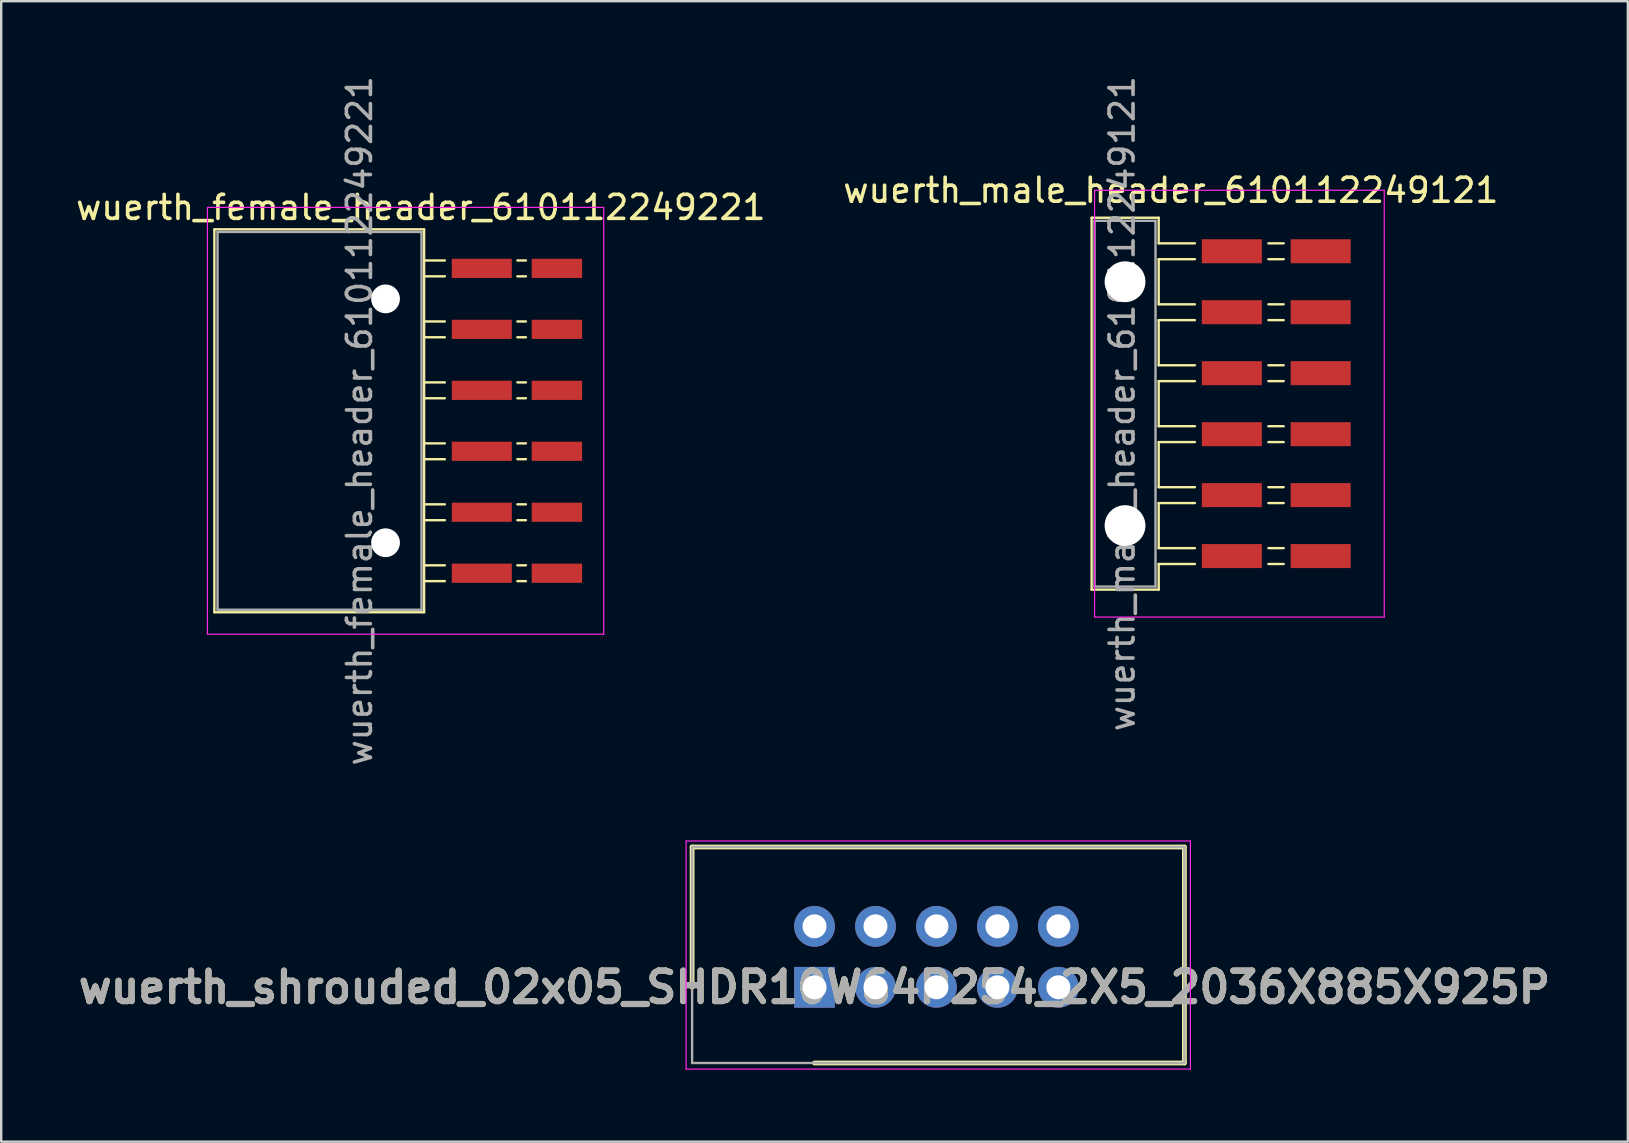
<source format=kicad_pcb>
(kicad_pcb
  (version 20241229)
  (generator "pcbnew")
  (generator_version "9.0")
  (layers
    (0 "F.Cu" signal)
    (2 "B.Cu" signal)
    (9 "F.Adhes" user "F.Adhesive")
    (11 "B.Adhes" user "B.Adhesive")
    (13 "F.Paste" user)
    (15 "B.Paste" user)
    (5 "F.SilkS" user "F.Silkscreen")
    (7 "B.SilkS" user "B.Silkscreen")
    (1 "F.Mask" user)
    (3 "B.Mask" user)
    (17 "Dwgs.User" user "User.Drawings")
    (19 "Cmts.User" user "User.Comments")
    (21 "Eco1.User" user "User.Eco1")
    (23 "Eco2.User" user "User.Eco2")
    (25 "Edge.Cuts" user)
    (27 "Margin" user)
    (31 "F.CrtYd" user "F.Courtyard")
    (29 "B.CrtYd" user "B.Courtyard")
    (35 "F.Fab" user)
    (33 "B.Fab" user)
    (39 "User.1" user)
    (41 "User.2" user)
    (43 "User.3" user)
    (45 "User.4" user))
  (footprint "wuerth_shrouded_02x05_SHDR10W64P254_2X5_2036X885X925P"
    (layer "F.Cu")
    (at 30.885 38.084)
    (property "Reference" "wuerth_shrouded_02x05_SHDR10W64P254_2X5_2036X885X925P" (at 0 0 0) (layer "F.SilkS") (effects (font (size 1.27 1.27) (thickness 0.254))))
    (attr through_hole)
    (fp_line (start -5.1 -5.845) (end -5.1 0) (stroke (width 0.2) (type solid)) (layer "F.SilkS"))
    (fp_line (start 0 3.155) (end 15.41 3.155) (stroke (width 0.2) (type solid)) (layer "F.SilkS"))
    (fp_line (start 15.41 -5.845) (end -5.1 -5.845) (stroke (width 0.2) (type solid)) (layer "F.SilkS"))
    (fp_line (start 15.41 3.155) (end 15.41 -5.845) (stroke (width 0.2) (type solid)) (layer "F.SilkS"))
    (fp_line (start -5.35 -6.095) (end 15.66 -6.095) (stroke (width 0.05) (type solid)) (layer "F.CrtYd"))
    (fp_line (start -5.35 3.405) (end -5.35 -6.095) (stroke (width 0.05) (type solid)) (layer "F.CrtYd"))
    (fp_line (start 15.66 -6.095) (end 15.66 3.405) (stroke (width 0.05) (type solid)) (layer "F.CrtYd"))
    (fp_line (start 15.66 3.405) (end -5.35 3.405) (stroke (width 0.05) (type solid)) (layer "F.CrtYd"))
    (fp_line (start -5.1 -5.845) (end 15.41 -5.845) (stroke (width 0.1) (type solid)) (layer "F.Fab"))
    (fp_line (start -5.1 3.155) (end -5.1 -5.845) (stroke (width 0.1) (type solid)) (layer "F.Fab"))
    (fp_line (start 15.41 -5.845) (end 15.41 3.155) (stroke (width 0.1) (type solid)) (layer "F.Fab"))
    (fp_line (start 15.41 3.155) (end -5.1 3.155) (stroke (width 0.1) (type solid)) (layer "F.Fab"))
    (fp_text user "${REFERENCE}" (at 0 0 0) (layer "F.Fab") (effects (font (size 1.27 1.27) (thickness 0.254))))
    (pad "1" thru_hole rect (at 0 0) (size 1.7 1.7) (drill 1) (layers "*.Cu" "*.Mask"))
    (pad "2" thru_hole circle (at 0 -2.54) (size 1.7 1.7) (drill 1) (layers "*.Cu" "*.Mask"))
    (pad "3" thru_hole circle (at 2.54 0) (size 1.7 1.7) (drill 1) (layers "*.Cu" "*.Mask"))
    (pad "4" thru_hole circle (at 2.54 -2.54) (size 1.7 1.7) (drill 1) (layers "*.Cu" "*.Mask"))
    (pad "5" thru_hole circle (at 5.08 0) (size 1.7 1.7) (drill 1) (layers "*.Cu" "*.Mask"))
    (pad "6" thru_hole circle (at 5.08 -2.54) (size 1.7 1.7) (drill 1) (layers "*.Cu" "*.Mask"))
    (pad "7" thru_hole circle (at 7.62 0) (size 1.7 1.7) (drill 1) (layers "*.Cu" "*.Mask"))
    (pad "8" thru_hole circle (at 7.62 -2.54) (size 1.7 1.7) (drill 1) (layers "*.Cu" "*.Mask"))
    (pad "9" thru_hole circle (at 10.16 0) (size 1.7 1.7) (drill 1) (layers "*.Cu" "*.Mask"))
    (pad "10" thru_hole circle (at 10.16 -2.54) (size 1.7 1.7) (drill 1) (layers "*.Cu" "*.Mask")))
  (footprint "wuerth_female_header_610112249221"
    (layer "F.Cu")
    (at 14.482 14.482)
    (property "Reference" "wuerth_female_header_610112249221" (at 0 -8.89 0) (layer "F.SilkS") (effects (font (size 1 1) (thickness 0.15))))
    (attr smd)
    (fp_line (start -8.6 -7.976) (end -8.6 7.976) (stroke (width 0.1) (type default)) (layer "F.SilkS"))
    (fp_line (start -8.6 7.976) (end 0.137 7.976) (stroke (width 0.1) (type default)) (layer "F.SilkS"))
    (fp_line (start 0.137 -7.976) (end -8.6 -7.976) (stroke (width 0.1) (type default)) (layer "F.SilkS"))
    (fp_line (start 0.137 -6.68) (end 1.001 -6.68) (stroke (width 0.1) (type default)) (layer "F.SilkS"))
    (fp_line (start 0.137 -6.02) (end 1.001 -6.02) (stroke (width 0.1) (type default)) (layer "F.SilkS"))
    (fp_line (start 0.137 -4.14) (end 1.001 -4.14) (stroke (width 0.1) (type default)) (layer "F.SilkS"))
    (fp_line (start 0.137 -3.48) (end 1.001 -3.48) (stroke (width 0.1) (type default)) (layer "F.SilkS"))
    (fp_line (start 0.137 -1.6) (end 1.001 -1.6) (stroke (width 0.1) (type default)) (layer "F.SilkS"))
    (fp_line (start 0.137 -0.94) (end 1.001 -0.94) (stroke (width 0.1) (type default)) (layer "F.SilkS"))
    (fp_line (start 0.137 0.94) (end 1.001 0.94) (stroke (width 0.1) (type default)) (layer "F.SilkS"))
    (fp_line (start 0.137 1.6) (end 1.001 1.6) (stroke (width 0.1) (type default)) (layer "F.SilkS"))
    (fp_line (start 0.137 3.48) (end 1.001 3.48) (stroke (width 0.1) (type default)) (layer "F.SilkS"))
    (fp_line (start 0.137 4.14) (end 1.001 4.14) (stroke (width 0.1) (type default)) (layer "F.SilkS"))
    (fp_line (start 0.137 6.02) (end 1.001 6.02) (stroke (width 0.1) (type default)) (layer "F.SilkS"))
    (fp_line (start 0.137 6.68) (end 1.001 6.68) (stroke (width 0.1) (type default)) (layer "F.SilkS"))
    (fp_line (start 0.137 7.976) (end 0.137 -7.976) (stroke (width 0.1) (type default)) (layer "F.SilkS"))
    (fp_line (start 4.024 -6.68) (end 4.379 -6.68) (stroke (width 0.1) (type default)) (layer "F.SilkS"))
    (fp_line (start 4.024 -6.02) (end 4.379 -6.02) (stroke (width 0.1) (type default)) (layer "F.SilkS"))
    (fp_line (start 4.024 -4.14) (end 4.379 -4.14) (stroke (width 0.1) (type default)) (layer "F.SilkS"))
    (fp_line (start 4.024 -3.48) (end 4.379 -3.48) (stroke (width 0.1) (type default)) (layer "F.SilkS"))
    (fp_line (start 4.024 -1.6) (end 4.379 -1.6) (stroke (width 0.1) (type default)) (layer "F.SilkS"))
    (fp_line (start 4.024 -0.94) (end 4.379 -0.94) (stroke (width 0.1) (type default)) (layer "F.SilkS"))
    (fp_line (start 4.024 0.94) (end 4.379 0.94) (stroke (width 0.1) (type default)) (layer "F.SilkS"))
    (fp_line (start 4.024 1.6) (end 4.379 1.6) (stroke (width 0.1) (type default)) (layer "F.SilkS"))
    (fp_line (start 4.024 3.48) (end 4.379 3.48) (stroke (width 0.1) (type default)) (layer "F.SilkS"))
    (fp_line (start 4.024 4.14) (end 4.379 4.14) (stroke (width 0.1) (type default)) (layer "F.SilkS"))
    (fp_line (start 4.024 6.02) (end 4.379 6.02) (stroke (width 0.1) (type default)) (layer "F.SilkS"))
    (fp_line (start 4.024 6.68) (end 4.379 6.68) (stroke (width 0.1) (type default)) (layer "F.SilkS"))
    (fp_line (start -8.89 -8.89) (end -8.89 8.89) (stroke (width 0.05) (type solid)) (layer "F.CrtYd"))
    (fp_line (start -8.89 8.89) (end 7.62 8.89) (stroke (width 0.05) (type solid)) (layer "F.CrtYd"))
    (fp_line (start 7.62 -8.89) (end -8.89 -8.89) (stroke (width 0.05) (type solid)) (layer "F.CrtYd"))
    (fp_line (start 7.62 8.89) (end 7.62 -8.89) (stroke (width 0.05) (type solid)) (layer "F.CrtYd"))
    (fp_line (start -8.47 -7.87) (end -8.47 7.87) (stroke (width 0.1) (type default)) (layer "F.Fab"))
    (fp_line (start -8.47 -7.87) (end 0.03 -7.87) (stroke (width 0.1) (type default)) (layer "F.Fab"))
    (fp_line (start -8.47 7.87) (end 0.03 7.87) (stroke (width 0.1) (type default)) (layer "F.Fab"))
    (fp_line (start 0.03 -7.87) (end 0.03 7.87) (stroke (width 0.1) (type default)) (layer "F.Fab"))
    (fp_text user "${REFERENCE}" (at -2.555 0 270) (layer "F.Fab") (effects (font (size 1 1) (thickness 0.15))))
    (pad "" np_thru_hole circle (at -1.47 -5.08) (size 1.2 1.2) (drill 1.2) (layers "*.Cu" "*.Mask"))
    (pad "" np_thru_hole circle (at -1.47 5.08) (size 1.2 1.2) (drill 1.2) (layers "*.Cu" "*.Mask"))
    (pad "1" smd rect (at 5.67 -6.35) (size 2.1 0.8) (layers "F.Cu" "F.Mask" "F.Paste"))
    (pad "2" smd rect (at 2.54 -6.35) (size 2.5 0.8) (layers "F.Cu" "F.Mask" "F.Paste"))
    (pad "3" smd rect (at 5.67 -3.81) (size 2.1 0.8) (layers "F.Cu" "F.Mask" "F.Paste"))
    (pad "4" smd rect (at 2.54 -3.81) (size 2.5 0.8) (layers "F.Cu" "F.Mask" "F.Paste"))
    (pad "5" smd rect (at 5.67 -1.27) (size 2.1 0.8) (layers "F.Cu" "F.Mask" "F.Paste"))
    (pad "6" smd rect (at 2.54 -1.27) (size 2.5 0.8) (layers "F.Cu" "F.Mask" "F.Paste"))
    (pad "7" smd rect (at 5.67 1.27) (size 2.1 0.8) (layers "F.Cu" "F.Mask" "F.Paste"))
    (pad "8" smd rect (at 2.54 1.27) (size 2.5 0.8) (layers "F.Cu" "F.Mask" "F.Paste"))
    (pad "9" smd rect (at 5.67 3.81) (size 2.1 0.8) (layers "F.Cu" "F.Mask" "F.Paste"))
    (pad "10" smd rect (at 2.54 3.81) (size 2.5 0.8) (layers "F.Cu" "F.Mask" "F.Paste"))
    (pad "11" smd rect (at 5.67 6.35) (size 2.1 0.8) (layers "F.Cu" "F.Mask" "F.Paste"))
    (pad "12" smd rect (at 2.54 6.35) (size 2.5 0.8) (layers "F.Cu" "F.Mask" "F.Paste")))
  (footprint "wuerth_male_header_610112249121"
    (layer "F.Cu")
    (at 45.732 13.768)
    (property "Reference" "wuerth_male_header_610112249121" (at 0 -8.89 0) (layer "F.SilkS") (effects (font (size 1 1) (thickness 0.15))))
    (attr smd)
    (fp_line (start -3.302 -7.747) (end -3.302 7.747) (stroke (width 0.1) (type default)) (layer "F.SilkS"))
    (fp_line (start -3.302 7.747) (end -0.508 7.747) (stroke (width 0.1) (type default)) (layer "F.SilkS"))
    (fp_line (start -0.508 -7.747) (end -3.302 -7.747) (stroke (width 0.1) (type default)) (layer "F.SilkS"))
    (fp_line (start -0.508 -6.68) (end -0.508 -7.747) (stroke (width 0.1) (type default)) (layer "F.SilkS"))
    (fp_line (start -0.508 -6.68) (end 1.001 -6.68) (stroke (width 0.1) (type default)) (layer "F.SilkS"))
    (fp_line (start -0.508 -6.02) (end 1.001 -6.02) (stroke (width 0.1) (type default)) (layer "F.SilkS"))
    (fp_line (start -0.508 -4.14) (end -0.508 -6.02) (stroke (width 0.1) (type default)) (layer "F.SilkS"))
    (fp_line (start -0.508 -4.14) (end 1.001 -4.14) (stroke (width 0.1) (type default)) (layer "F.SilkS"))
    (fp_line (start -0.508 -3.48) (end 1.001 -3.48) (stroke (width 0.1) (type default)) (layer "F.SilkS"))
    (fp_line (start -0.508 -1.6) (end -0.508 -3.48) (stroke (width 0.1) (type default)) (layer "F.SilkS"))
    (fp_line (start -0.508 -1.6) (end 1.001 -1.6) (stroke (width 0.1) (type default)) (layer "F.SilkS"))
    (fp_line (start -0.508 -0.94) (end 1.001 -0.94) (stroke (width 0.1) (type default)) (layer "F.SilkS"))
    (fp_line (start -0.508 0.94) (end -0.508 -0.94) (stroke (width 0.1) (type default)) (layer "F.SilkS"))
    (fp_line (start -0.508 0.94) (end 1.001 0.94) (stroke (width 0.1) (type default)) (layer "F.SilkS"))
    (fp_line (start -0.508 1.6) (end 1.001 1.6) (stroke (width 0.1) (type default)) (layer "F.SilkS"))
    (fp_line (start -0.508 3.48) (end -0.508 1.6) (stroke (width 0.1) (type default)) (layer "F.SilkS"))
    (fp_line (start -0.508 3.48) (end 1.001 3.48) (stroke (width 0.1) (type default)) (layer "F.SilkS"))
    (fp_line (start -0.508 4.14) (end 1.001 4.14) (stroke (width 0.1) (type default)) (layer "F.SilkS"))
    (fp_line (start -0.508 6.02) (end -0.508 4.14) (stroke (width 0.1) (type default)) (layer "F.SilkS"))
    (fp_line (start -0.508 6.02) (end 1.001 6.02) (stroke (width 0.1) (type default)) (layer "F.SilkS"))
    (fp_line (start -0.508 6.68) (end 1.001 6.68) (stroke (width 0.1) (type default)) (layer "F.SilkS"))
    (fp_line (start -0.508 7.747) (end -0.508 6.68) (stroke (width 0.1) (type default)) (layer "F.SilkS"))
    (fp_line (start 4.064 -6.68) (end 4.699 -6.68) (stroke (width 0.1) (type default)) (layer "F.SilkS"))
    (fp_line (start 4.064 -6.02) (end 4.699 -6.02) (stroke (width 0.1) (type default)) (layer "F.SilkS"))
    (fp_line (start 4.064 -4.14) (end 4.699 -4.14) (stroke (width 0.1) (type default)) (layer "F.SilkS"))
    (fp_line (start 4.064 -3.48) (end 4.699 -3.48) (stroke (width 0.1) (type default)) (layer "F.SilkS"))
    (fp_line (start 4.064 -1.6) (end 4.699 -1.6) (stroke (width 0.1) (type default)) (layer "F.SilkS"))
    (fp_line (start 4.064 -0.94) (end 4.699 -0.94) (stroke (width 0.1) (type default)) (layer "F.SilkS"))
    (fp_line (start 4.064 0.94) (end 4.699 0.94) (stroke (width 0.1) (type default)) (layer "F.SilkS"))
    (fp_line (start 4.064 1.6) (end 4.699 1.6) (stroke (width 0.1) (type default)) (layer "F.SilkS"))
    (fp_line (start 4.064 3.48) (end 4.699 3.48) (stroke (width 0.1) (type default)) (layer "F.SilkS"))
    (fp_line (start 4.064 4.14) (end 4.699 4.14) (stroke (width 0.1) (type default)) (layer "F.SilkS"))
    (fp_line (start 4.064 6.02) (end 4.699 6.02) (stroke (width 0.1) (type default)) (layer "F.SilkS"))
    (fp_line (start 4.064 6.68) (end 4.699 6.68) (stroke (width 0.1) (type default)) (layer "F.SilkS"))
    (fp_line (start -3.18 -8.89) (end -3.18 8.89) (stroke (width 0.05) (type solid)) (layer "F.CrtYd"))
    (fp_line (start -3.18 8.89) (end 8.89 8.89) (stroke (width 0.05) (type solid)) (layer "F.CrtYd"))
    (fp_line (start 8.89 -8.89) (end -3.18 -8.89) (stroke (width 0.05) (type solid)) (layer "F.CrtYd"))
    (fp_line (start 8.89 8.89) (end 8.89 -8.89) (stroke (width 0.05) (type solid)) (layer "F.CrtYd"))
    (fp_line (start -3.18 -7.62) (end -3.18 7.62) (stroke (width 0.1) (type default)) (layer "F.Fab"))
    (fp_line (start -3.18 -7.62) (end -0.64 -7.62) (stroke (width 0.1) (type default)) (layer "F.Fab"))
    (fp_line (start -3.18 7.62) (end -0.64 7.62) (stroke (width 0.1) (type default)) (layer "F.Fab"))
    (fp_line (start -0.64 -7.62) (end -0.64 7.62) (stroke (width 0.1) (type default)) (layer "F.Fab"))
    (fp_text user "${REFERENCE}" (at -2.032 0 270) (layer "F.Fab") (effects (font (size 1 1) (thickness 0.15))))
    (pad "" np_thru_hole circle (at -1.91 -5.08) (size 1.7 1.7) (drill 1.7) (layers "*.Cu" "*.Mask"))
    (pad "" np_thru_hole circle (at -1.91 5.08) (size 1.7 1.7) (drill 1.7) (layers "*.Cu" "*.Mask"))
    (pad "1" smd rect (at 6.24 -6.35) (size 2.5 1) (layers "F.Cu" "F.Mask" "F.Paste"))
    (pad "2" smd rect (at 2.54 -6.35) (size 2.5 1) (layers "F.Cu" "F.Mask" "F.Paste"))
    (pad "3" smd rect (at 6.24 -3.81) (size 2.5 1) (layers "F.Cu" "F.Mask" "F.Paste"))
    (pad "4" smd rect (at 2.54 -3.81) (size 2.5 1) (layers "F.Cu" "F.Mask" "F.Paste"))
    (pad "5" smd rect (at 6.24 -1.27) (size 2.5 1) (layers "F.Cu" "F.Mask" "F.Paste"))
    (pad "6" smd rect (at 2.54 -1.27) (size 2.5 1) (layers "F.Cu" "F.Mask" "F.Paste"))
    (pad "7" smd rect (at 6.24 1.27) (size 2.5 1) (layers "F.Cu" "F.Mask" "F.Paste"))
    (pad "8" smd rect (at 2.54 1.27) (size 2.5 1) (layers "F.Cu" "F.Mask" "F.Paste"))
    (pad "9" smd rect (at 6.24 3.81) (size 2.5 1) (layers "F.Cu" "F.Mask" "F.Paste"))
    (pad "10" smd rect (at 2.54 3.81) (size 2.5 1) (layers "F.Cu" "F.Mask" "F.Paste"))
    (pad "11" smd rect (at 6.24 6.35) (size 2.5 1) (layers "F.Cu" "F.Mask" "F.Paste"))
    (pad "12" smd rect (at 2.54 6.35) (size 2.5 1) (layers "F.Cu" "F.Mask" "F.Paste")))
  (gr_rect
    (start -3 -3)
    (end 64.77 44.514)
    (stroke (width 0.1) (type default))
    (fill no)
    (layer "Edge.Cuts")))
</source>
